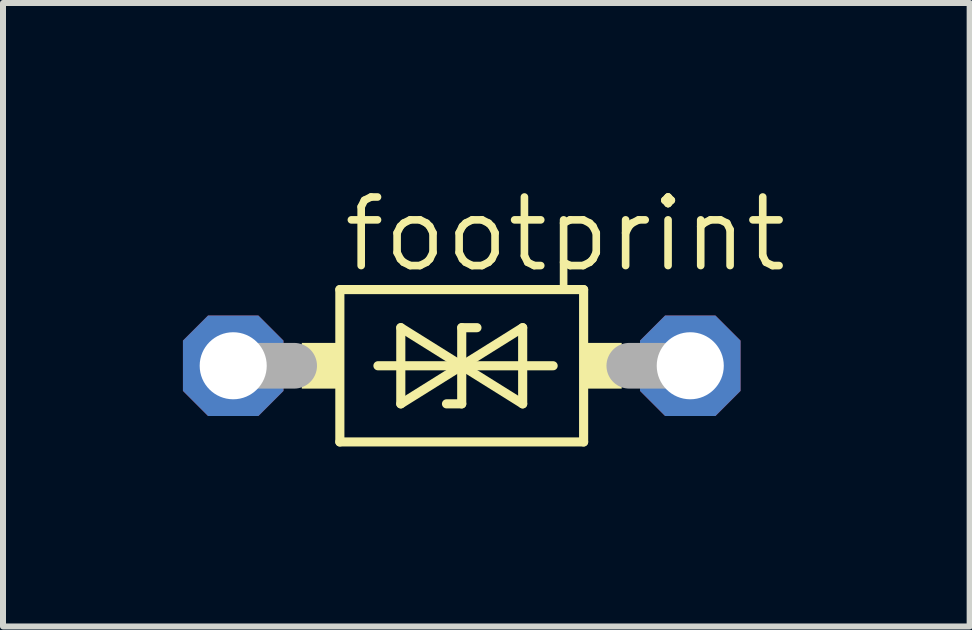
<source format=kicad_pcb>
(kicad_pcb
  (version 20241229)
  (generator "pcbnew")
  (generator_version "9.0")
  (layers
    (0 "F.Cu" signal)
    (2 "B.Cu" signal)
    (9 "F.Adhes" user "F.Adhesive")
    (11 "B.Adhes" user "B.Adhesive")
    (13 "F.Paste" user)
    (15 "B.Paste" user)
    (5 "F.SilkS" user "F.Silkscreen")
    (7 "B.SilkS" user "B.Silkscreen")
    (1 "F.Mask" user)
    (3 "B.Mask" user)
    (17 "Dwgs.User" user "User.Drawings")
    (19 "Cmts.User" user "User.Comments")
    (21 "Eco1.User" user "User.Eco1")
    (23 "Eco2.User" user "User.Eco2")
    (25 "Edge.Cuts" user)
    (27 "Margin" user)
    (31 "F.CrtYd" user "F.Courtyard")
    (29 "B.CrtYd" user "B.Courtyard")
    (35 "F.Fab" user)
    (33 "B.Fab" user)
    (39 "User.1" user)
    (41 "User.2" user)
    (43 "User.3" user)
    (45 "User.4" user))
  (footprint "footprint"
    (layer "F.Cu")
    (at 4.648 3.048)
    (property "Reference" "footprint" (at -2.032 -1.524 0) (layer "F.SilkS") (effects (font (size 1.143 1.143) (thickness 0.127)) (justify left bottom)))
    (fp_line (start -2.032 -1.27) (end -2.032 1.27) (stroke (width 0.152) (type solid)) (layer "F.SilkS"))
    (fp_line (start -2.032 -1.27) (end 2.032 -1.27) (stroke (width 0.152) (type solid)) (layer "F.SilkS"))
    (fp_line (start -1.016 -0.635) (end 0 0) (stroke (width 0.152) (type solid)) (layer "F.SilkS"))
    (fp_line (start -1.016 0.635) (end -1.016 -0.635) (stroke (width 0.152) (type solid)) (layer "F.SilkS"))
    (fp_line (start -0.254 0.635) (end 0 0.635) (stroke (width 0.152) (type solid)) (layer "F.SilkS"))
    (fp_line (start 0 -0.635) (end 0 0) (stroke (width 0.152) (type solid)) (layer "F.SilkS"))
    (fp_line (start 0 0) (end -1.397 0) (stroke (width 0.152) (type solid)) (layer "F.SilkS"))
    (fp_line (start 0 0) (end -1.016 0.635) (stroke (width 0.152) (type solid)) (layer "F.SilkS"))
    (fp_line (start 0 0) (end 1.016 -0.635) (stroke (width 0.152) (type solid)) (layer "F.SilkS"))
    (fp_line (start 0 0) (end 1.524 0) (stroke (width 0.152) (type solid)) (layer "F.SilkS"))
    (fp_line (start 0 0.635) (end 0 0) (stroke (width 0.152) (type solid)) (layer "F.SilkS"))
    (fp_line (start 0.254 -0.635) (end 0 -0.635) (stroke (width 0.152) (type solid)) (layer "F.SilkS"))
    (fp_line (start 1.016 -0.635) (end 1.016 0.635) (stroke (width 0.152) (type solid)) (layer "F.SilkS"))
    (fp_line (start 1.016 0.635) (end 0 0) (stroke (width 0.152) (type solid)) (layer "F.SilkS"))
    (fp_line (start 2.032 1.27) (end -2.032 1.27) (stroke (width 0.152) (type solid)) (layer "F.SilkS"))
    (fp_line (start 2.032 1.27) (end 2.032 -1.27) (stroke (width 0.152) (type solid)) (layer "F.SilkS"))
    (fp_poly (pts (xy -2.667 0.381) (xy -2.032 0.381) (xy -2.032 -0.381) (xy -2.667 -0.381)) (stroke (width 0) (type solid)) (fill yes) (layer "F.SilkS"))
    (fp_poly (pts (xy 2.032 0.381) (xy 2.667 0.381) (xy 2.667 -0.381) (xy 2.032 -0.381)) (stroke (width 0) (type solid)) (fill yes) (layer "F.SilkS"))
    (fp_line (start -3.81 0) (end -2.794 0) (stroke (width 0.762) (type solid)) (layer "F.Fab"))
    (fp_line (start 3.81 0) (end 2.794 0) (stroke (width 0.762) (type solid)) (layer "F.Fab"))
    (pad "1" thru_hole roundrect (at -3.81 0) (size 1.676 1.676) (drill 1.118) (layers "*.Cu" "*.Mask") (roundrect_rratio 0.25) (chamfer_ratio 0.25) (chamfer top_left top_right bottom_left bottom_right))
    (pad "2" thru_hole roundrect (at 3.81 0) (size 1.676 1.676) (drill 1.118) (layers "*.Cu" "*.Mask") (roundrect_rratio 0.25) (chamfer_ratio 0.25) (chamfer top_left top_right bottom_left bottom_right)))
  (gr_rect
    (start -3 -3)
    (end 13.116 7.394)
    (stroke (width 0.1) (type default))
    (fill no)
    (layer "Edge.Cuts")))
</source>
